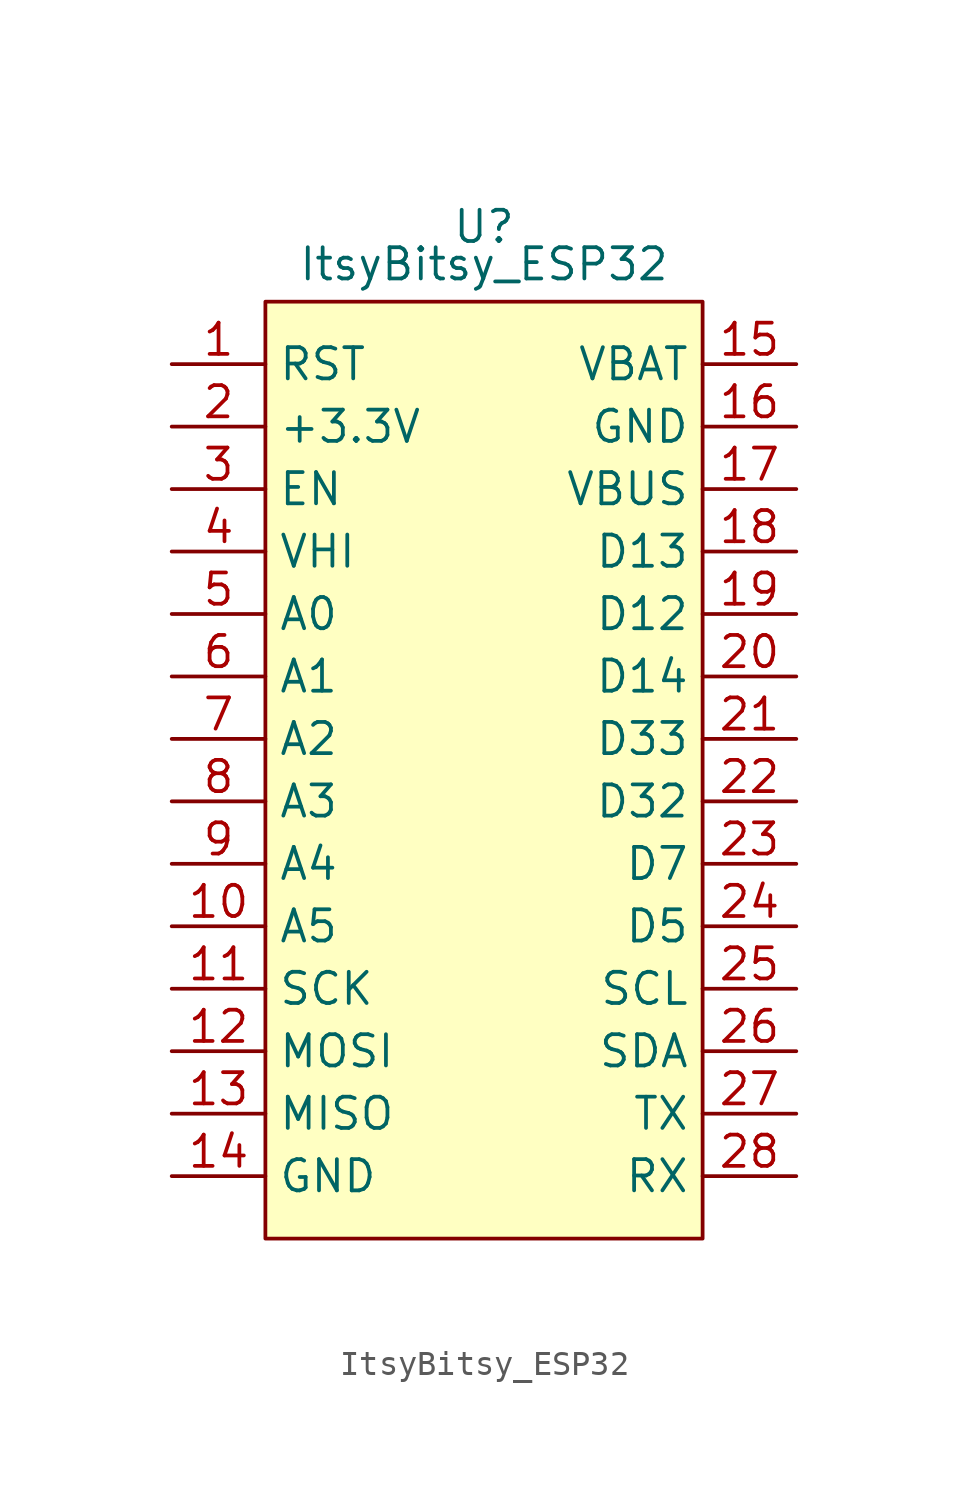
<source format=kicad_sym>
(kicad_symbol_lib
  (version 20241209)
  (generator "kicad_symbol_editor")
  (generator_version "9.0")
  (symbol "ItsyBitsy_ESP32"
    (property "Reference" "U"
      (at 0 3.048 0)
      (effects (font (size 1.27 1.27))))
    (property "Value" "ItsyBitsy_ESP32"
      (at 0 1.524 0)
      (effects (font (size 1.27 1.27))))
    (symbol "ItsyBitsy_ESP32_0_1"
      (rectangle (start -8.89 0) (end 8.89 -38.1) (stroke (width 0) (type default)) (fill (type background))))
    (symbol "ItsyBitsy_ESP32_1_1"
      (pin passive line (at -12.7 -2.54 0) (length 3.81) (name "RST" (effects (font (size 1.27 1.27)))) (number "1" (effects (font (size 1.27 1.27)))))
      (pin passive line (at -12.7 -5.08 0) (length 3.81) (name "+3.3V" (effects (font (size 1.27 1.27)))) (number "2" (effects (font (size 1.27 1.27)))))
      (pin passive line (at -12.7 -7.62 0) (length 3.81) (name "EN" (effects (font (size 1.27 1.27)))) (number "3" (effects (font (size 1.27 1.27)))))
      (pin passive line (at -12.7 -10.16 0) (length 3.81) (name "VHI" (effects (font (size 1.27 1.27)))) (number "4" (effects (font (size 1.27 1.27)))))
      (pin passive line (at -12.7 -12.7 0) (length 3.81) (name "A0" (effects (font (size 1.27 1.27)))) (number "5" (effects (font (size 1.27 1.27)))))
      (pin passive line (at -12.7 -15.24 0) (length 3.81) (name "A1" (effects (font (size 1.27 1.27)))) (number "6" (effects (font (size 1.27 1.27)))))
      (pin passive line (at -12.7 -17.78 0) (length 3.81) (name "A2" (effects (font (size 1.27 1.27)))) (number "7" (effects (font (size 1.27 1.27)))))
      (pin passive line (at -12.7 -20.32 0) (length 3.81) (name "A3" (effects (font (size 1.27 1.27)))) (number "8" (effects (font (size 1.27 1.27)))))
      (pin passive line (at -12.7 -22.86 0) (length 3.81) (name "A4" (effects (font (size 1.27 1.27)))) (number "9" (effects (font (size 1.27 1.27)))))
      (pin passive line (at -12.7 -25.4 0) (length 3.81) (name "A5" (effects (font (size 1.27 1.27)))) (number "10" (effects (font (size 1.27 1.27)))))
      (pin passive line (at -12.7 -27.94 0) (length 3.81) (name "SCK" (effects (font (size 1.27 1.27)))) (number "11" (effects (font (size 1.27 1.27)))))
      (pin passive line (at -12.7 -30.48 0) (length 3.81) (name "MOSI" (effects (font (size 1.27 1.27)))) (number "12" (effects (font (size 1.27 1.27)))))
      (pin passive line (at -12.7 -33.02 0) (length 3.81) (name "MISO" (effects (font (size 1.27 1.27)))) (number "13" (effects (font (size 1.27 1.27)))))
      (pin passive line (at -12.7 -35.56 0) (length 3.81) (name "GND" (effects (font (size 1.27 1.27)))) (number "14" (effects (font (size 1.27 1.27)))))
      (pin passive line (at 12.7 -2.54 180) (length 3.81) (name "VBAT" (effects (font (size 1.27 1.27)))) (number "15" (effects (font (size 1.27 1.27)))))
      (pin passive line (at 12.7 -5.08 180) (length 3.81) (name "GND" (effects (font (size 1.27 1.27)))) (number "16" (effects (font (size 1.27 1.27)))))
      (pin passive line (at 12.7 -7.62 180) (length 3.81) (name "VBUS" (effects (font (size 1.27 1.27)))) (number "17" (effects (font (size 1.27 1.27)))))
      (pin passive line (at 12.7 -10.16 180) (length 3.81) (name "D13" (effects (font (size 1.27 1.27)))) (number "18" (effects (font (size 1.27 1.27)))))
      (pin passive line (at 12.7 -12.7 180) (length 3.81) (name "D12" (effects (font (size 1.27 1.27)))) (number "19" (effects (font (size 1.27 1.27)))))
      (pin passive line (at 12.7 -15.24 180) (length 3.81) (name "D14" (effects (font (size 1.27 1.27)))) (number "20" (effects (font (size 1.27 1.27)))))
      (pin passive line (at 12.7 -17.78 180) (length 3.81) (name "D33" (effects (font (size 1.27 1.27)))) (number "21" (effects (font (size 1.27 1.27)))))
      (pin passive line (at 12.7 -20.32 180) (length 3.81) (name "D32" (effects (font (size 1.27 1.27)))) (number "22" (effects (font (size 1.27 1.27)))))
      (pin passive line (at 12.7 -22.86 180) (length 3.81) (name "D7" (effects (font (size 1.27 1.27)))) (number "23" (effects (font (size 1.27 1.27)))))
      (pin passive line (at 12.7 -25.4 180) (length 3.81) (name "D5" (effects (font (size 1.27 1.27)))) (number "24" (effects (font (size 1.27 1.27)))))
      (pin passive line (at 12.7 -27.94 180) (length 3.81) (name "SCL" (effects (font (size 1.27 1.27)))) (number "25" (effects (font (size 1.27 1.27)))))
      (pin passive line (at 12.7 -30.48 180) (length 3.81) (name "SDA" (effects (font (size 1.27 1.27)))) (number "26" (effects (font (size 1.27 1.27)))))
      (pin passive line (at 12.7 -33.02 180) (length 3.81) (name "TX" (effects (font (size 1.27 1.27)))) (number "27" (effects (font (size 1.27 1.27)))))
      (pin passive line (at 12.7 -35.56 180) (length 3.81) (name "RX" (effects (font (size 1.27 1.27)))) (number "28" (effects (font (size 1.27 1.27))))))))
</source>
